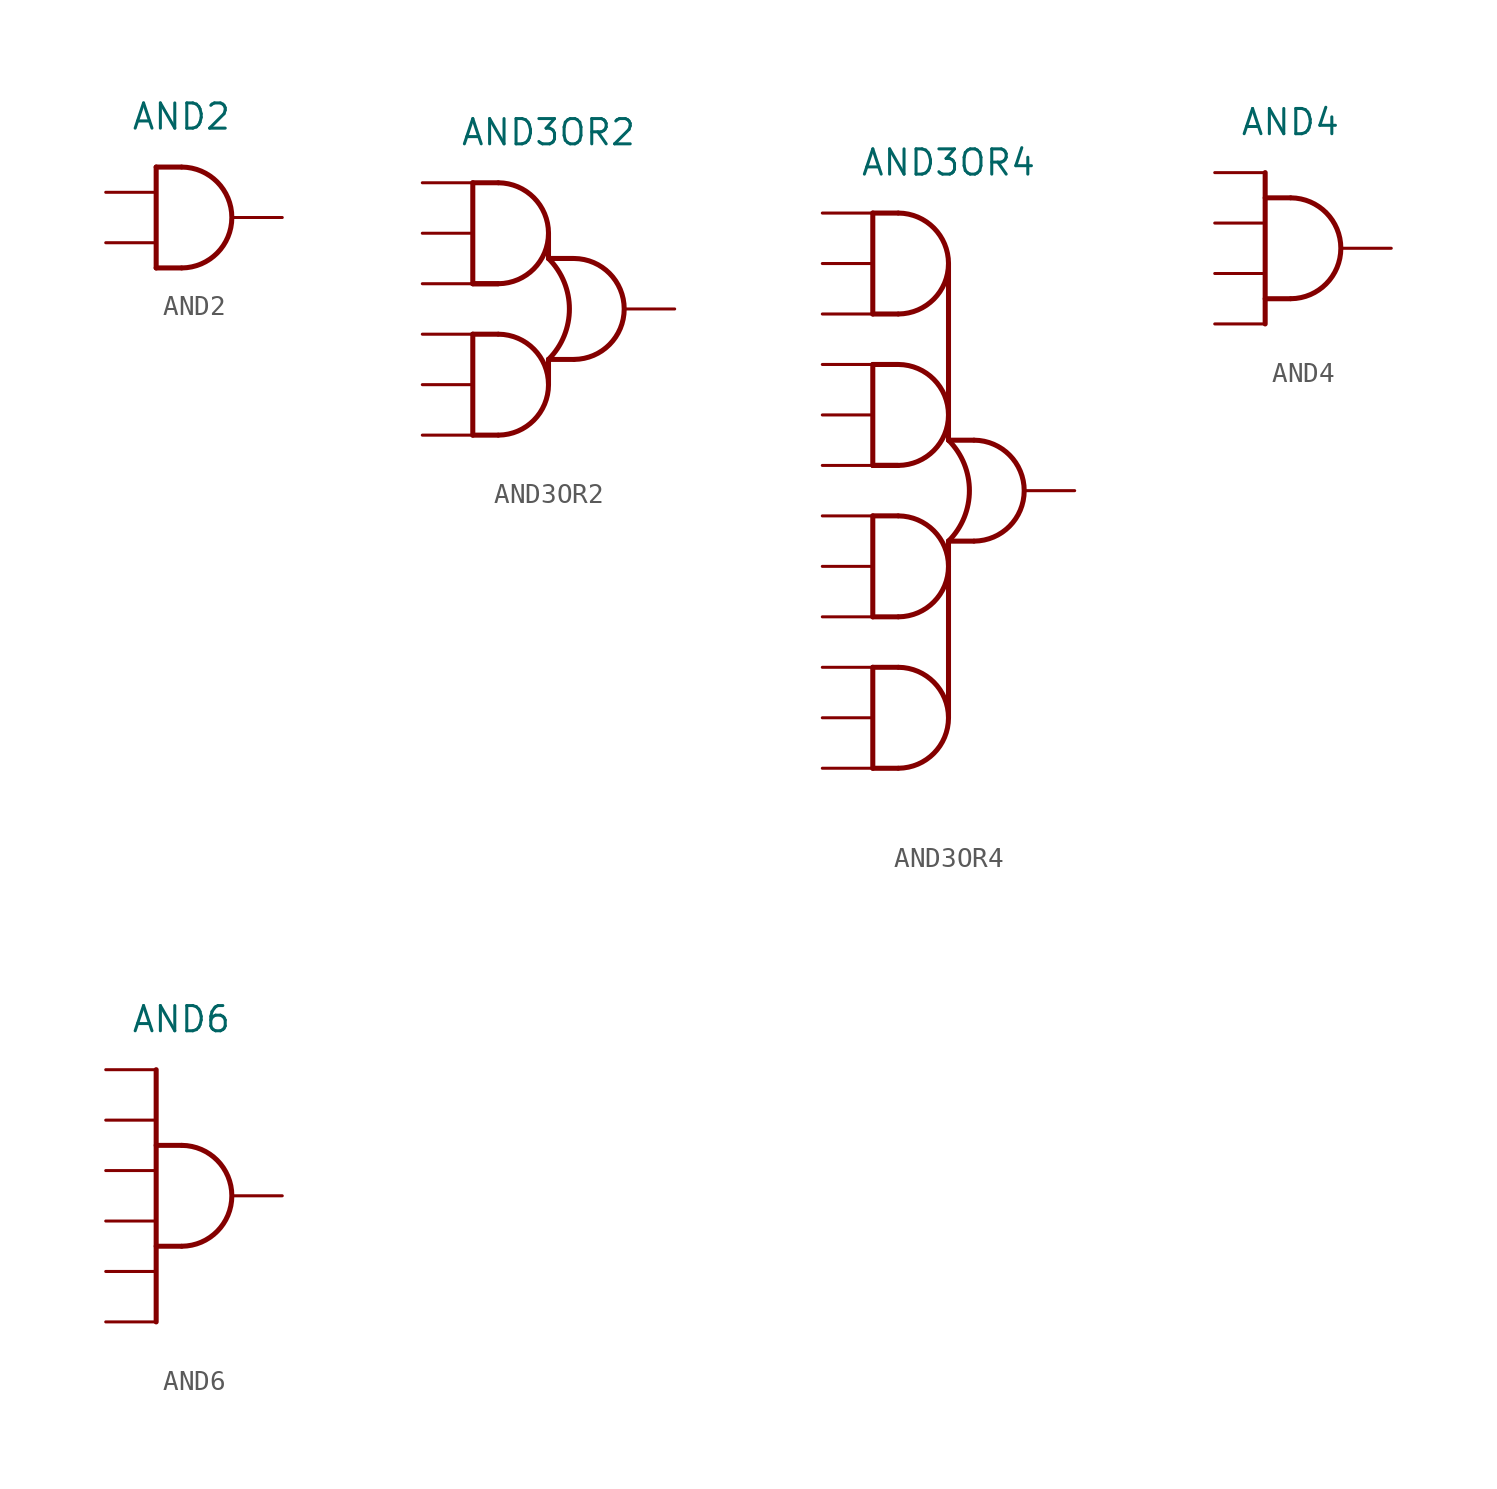
<source format=kicad_sym>
(kicad_symbol_lib
  (version 20211014)
  (generator kicad_symbol_editor)
  (symbol "AND2"
    (property "Reference" "U"
      (at 0 7.62 0)
      (effects (font (size 1.27 1.27)) hide))
    (property "Value" "AND2"
      (at 0 5.08 0)
      (effects (font (size 1.27 1.27))))
    (symbol "AND2_0_0"
      (polyline (pts (xy -1.27 2.54) (xy -1.27 -2.54)) (stroke (width 0.254) (type default) (color 0 0 0 0)) (fill (type none)))
      (polyline (pts (xy -1.27 2.54) (xy 0 2.54)) (stroke (width 0.254) (type default) (color 0 0 0 0)) (fill (type none)))
      (polyline (pts (xy 0 -2.54) (xy -1.27 -2.54)) (stroke (width 0.254) (type default) (color 0 0 0 0)) (fill (type none)))
      (arc (start 0.0225 -2.54) (mid 2.5401 0) (end 0.0225 2.54) (stroke (width 0.254) (type default) (color 0 0 0 0)) (fill (type none))))
    (symbol "AND2_1_1"
      (pin input line (at -3.81 -1.27 0) (length 2.54) (name "" (effects (font (size 1.27 1.27)))) (number "" (effects (font (size 1.27 1.27)))))
      (pin input line (at -3.81 1.27 0) (length 2.54) (name "" (effects (font (size 1.27 1.27)))) (number "" (effects (font (size 1.27 1.27)))))
      (pin output line (at 5.08 0 180) (length 2.54) (name "" (effects (font (size 1.27 1.27)))) (number "" (effects (font (size 1.27 1.27)))))))
  (symbol "AND3OR2"
    (property "Reference" "U"
      (at 0 11.43 0)
      (effects (font (size 1.27 1.27)) hide))
    (property "Value" "AND3OR2"
      (at 0 8.89 0)
      (effects (font (size 1.27 1.27))))
    (symbol "AND3OR2_0_0"
      (arc (start -2.5175 -6.35) (mid 0.0001 -3.81) (end -2.5175 -1.27) (stroke (width 0.254) (type default) (color 0 0 0 0)) (fill (type none)))
      (arc (start -2.5175 1.27) (mid 0.0001 3.81) (end -2.5175 6.35) (stroke (width 0.254) (type default) (color 0 0 0 0)) (fill (type none)))
      (arc (start 0 -2.54) (mid 1.0521 0) (end 0 2.54) (stroke (width 0.254) (type default) (color 0 0 0 0)) (fill (type none)))
      (polyline (pts (xy -3.81 -1.27) (xy -3.81 -6.35)) (stroke (width 0.254) (type default) (color 0 0 0 0)) (fill (type none)))
      (polyline (pts (xy -3.81 1.27) (xy -2.54 1.27)) (stroke (width 0.254) (type default) (color 0 0 0 0)) (fill (type none)))
      (polyline (pts (xy -3.81 6.35) (xy -3.81 1.27)) (stroke (width 0.254) (type default) (color 0 0 0 0)) (fill (type none)))
      (polyline (pts (xy -3.81 6.35) (xy -2.54 6.35)) (stroke (width 0.254) (type default) (color 0 0 0 0)) (fill (type none)))
      (polyline (pts (xy -2.54 -6.35) (xy -3.81 -6.35)) (stroke (width 0.254) (type default) (color 0 0 0 0)) (fill (type none)))
      (polyline (pts (xy -2.54 -1.27) (xy -3.81 -1.27)) (stroke (width 0.254) (type default) (color 0 0 0 0)) (fill (type none)))
      (polyline (pts (xy -2.54 1.27) (xy -3.81 1.27)) (stroke (width 0.254) (type default) (color 0 0 0 0)) (fill (type none)))
      (polyline (pts (xy 0 -2.54) (xy 0 -3.81)) (stroke (width 0.254) (type default) (color 0 0 0 0)) (fill (type none)))
      (polyline (pts (xy 0 2.54) (xy 1.27 2.54)) (stroke (width 0.254) (type default) (color 0 0 0 0)) (fill (type none)))
      (polyline (pts (xy 0 3.81) (xy 0 2.54)) (stroke (width 0.254) (type default) (color 0 0 0 0)) (fill (type none)))
      (polyline (pts (xy 1.27 -2.54) (xy 0 -2.54)) (stroke (width 0.254) (type default) (color 0 0 0 0)) (fill (type none)))
      (arc (start 1.2925 -2.54) (mid 3.8101 0) (end 1.2925 2.54) (stroke (width 0.254) (type default) (color 0 0 0 0)) (fill (type none))))
    (symbol "AND3OR2_1_1"
      (pin input line (at -6.35 -6.35 0) (length 2.54) (name "" (effects (font (size 1.27 1.27)))) (number "" (effects (font (size 1.27 1.27)))))
      (pin input line (at -6.35 -3.81 0) (length 2.54) (name "" (effects (font (size 1.27 1.27)))) (number "" (effects (font (size 1.27 1.27)))))
      (pin input line (at -6.35 -1.27 0) (length 2.54) (name "" (effects (font (size 1.27 1.27)))) (number "" (effects (font (size 1.27 1.27)))))
      (pin input line (at -6.35 1.27 0) (length 2.54) (name "" (effects (font (size 1.27 1.27)))) (number "" (effects (font (size 1.27 1.27)))))
      (pin input line (at -6.35 3.81 0) (length 2.54) (name "" (effects (font (size 1.27 1.27)))) (number "" (effects (font (size 1.27 1.27)))))
      (pin input line (at -6.35 6.35 0) (length 2.54) (name "" (effects (font (size 1.27 1.27)))) (number "" (effects (font (size 1.27 1.27)))))
      (pin output line (at 6.35 0 180) (length 2.54) (name "" (effects (font (size 1.27 1.27)))) (number "" (effects (font (size 1.27 1.27)))))))
  (symbol "AND3OR4"
    (property "Reference" "U"
      (at 0 19.05 0)
      (effects (font (size 1.27 1.27)) hide))
    (property "Value" "AND3OR4"
      (at 0 16.51 0)
      (effects (font (size 1.27 1.27))))
    (symbol "AND3OR4_0_0"
      (arc (start -2.5175 -13.97) (mid 0.0001 -11.43) (end -2.5175 -8.89) (stroke (width 0.254) (type default) (color 0 0 0 0)) (fill (type none)))
      (arc (start -2.5175 -6.35) (mid 0.0001 -3.81) (end -2.5175 -1.27) (stroke (width 0.254) (type default) (color 0 0 0 0)) (fill (type none)))
      (arc (start -2.5175 1.27) (mid 0.0001 3.81) (end -2.5175 6.35) (stroke (width 0.254) (type default) (color 0 0 0 0)) (fill (type none)))
      (arc (start -2.5175 8.89) (mid 0.0001 11.43) (end -2.5175 13.97) (stroke (width 0.254) (type default) (color 0 0 0 0)) (fill (type none)))
      (arc (start 0 -2.54) (mid 1.0521 0) (end 0 2.54) (stroke (width 0.254) (type default) (color 0 0 0 0)) (fill (type none)))
      (polyline (pts (xy -3.81 -8.89) (xy -3.81 -13.97)) (stroke (width 0.254) (type default) (color 0 0 0 0)) (fill (type none)))
      (polyline (pts (xy -3.81 -1.27) (xy -3.81 -6.35)) (stroke (width 0.254) (type default) (color 0 0 0 0)) (fill (type none)))
      (polyline (pts (xy -3.81 1.27) (xy -2.54 1.27)) (stroke (width 0.254) (type default) (color 0 0 0 0)) (fill (type none)))
      (polyline (pts (xy -3.81 6.35) (xy -3.81 1.27)) (stroke (width 0.254) (type default) (color 0 0 0 0)) (fill (type none)))
      (polyline (pts (xy -3.81 6.35) (xy -2.54 6.35)) (stroke (width 0.254) (type default) (color 0 0 0 0)) (fill (type none)))
      (polyline (pts (xy -3.81 13.97) (xy -3.81 8.89)) (stroke (width 0.254) (type default) (color 0 0 0 0)) (fill (type none)))
      (polyline (pts (xy -2.54 -13.97) (xy -3.81 -13.97)) (stroke (width 0.254) (type default) (color 0 0 0 0)) (fill (type none)))
      (polyline (pts (xy -2.54 -8.89) (xy -3.81 -8.89)) (stroke (width 0.254) (type default) (color 0 0 0 0)) (fill (type none)))
      (polyline (pts (xy -2.54 -6.35) (xy -3.81 -6.35)) (stroke (width 0.254) (type default) (color 0 0 0 0)) (fill (type none)))
      (polyline (pts (xy -2.54 -1.27) (xy -3.81 -1.27)) (stroke (width 0.254) (type default) (color 0 0 0 0)) (fill (type none)))
      (polyline (pts (xy -2.54 1.27) (xy -3.81 1.27)) (stroke (width 0.254) (type default) (color 0 0 0 0)) (fill (type none)))
      (polyline (pts (xy -2.54 8.89) (xy -3.81 8.89)) (stroke (width 0.254) (type default) (color 0 0 0 0)) (fill (type none)))
      (polyline (pts (xy -2.54 13.97) (xy -3.81 13.97)) (stroke (width 0.254) (type default) (color 0 0 0 0)) (fill (type none)))
      (polyline (pts (xy 0 -2.54) (xy 0 -11.43)) (stroke (width 0.254) (type default) (color 0 0 0 0)) (fill (type none)))
      (polyline (pts (xy 0 2.54) (xy 1.27 2.54)) (stroke (width 0.254) (type default) (color 0 0 0 0)) (fill (type none)))
      (polyline (pts (xy 0 11.43) (xy 0 2.54)) (stroke (width 0.254) (type default) (color 0 0 0 0)) (fill (type none)))
      (polyline (pts (xy 1.27 -2.54) (xy 0 -2.54)) (stroke (width 0.254) (type default) (color 0 0 0 0)) (fill (type none)))
      (arc (start 1.2925 -2.54) (mid 3.8101 0) (end 1.2925 2.54) (stroke (width 0.254) (type default) (color 0 0 0 0)) (fill (type none))))
    (symbol "AND3OR4_1_1"
      (pin input line (at -6.35 -13.97 0) (length 2.54) (name "" (effects (font (size 1.27 1.27)))) (number "" (effects (font (size 1.27 1.27)))))
      (pin input line (at -6.35 -11.43 0) (length 2.54) (name "" (effects (font (size 1.27 1.27)))) (number "" (effects (font (size 1.27 1.27)))))
      (pin input line (at -6.35 -8.89 0) (length 2.54) (name "" (effects (font (size 1.27 1.27)))) (number "" (effects (font (size 1.27 1.27)))))
      (pin input line (at -6.35 -6.35 0) (length 2.54) (name "" (effects (font (size 1.27 1.27)))) (number "" (effects (font (size 1.27 1.27)))))
      (pin input line (at -6.35 -3.81 0) (length 2.54) (name "" (effects (font (size 1.27 1.27)))) (number "" (effects (font (size 1.27 1.27)))))
      (pin input line (at -6.35 -1.27 0) (length 2.54) (name "" (effects (font (size 1.27 1.27)))) (number "" (effects (font (size 1.27 1.27)))))
      (pin input line (at -6.35 1.27 0) (length 2.54) (name "" (effects (font (size 1.27 1.27)))) (number "" (effects (font (size 1.27 1.27)))))
      (pin input line (at -6.35 3.81 0) (length 2.54) (name "" (effects (font (size 1.27 1.27)))) (number "" (effects (font (size 1.27 1.27)))))
      (pin input line (at -6.35 6.35 0) (length 2.54) (name "" (effects (font (size 1.27 1.27)))) (number "" (effects (font (size 1.27 1.27)))))
      (pin input line (at -6.35 8.89 0) (length 2.54) (name "" (effects (font (size 1.27 1.27)))) (number "" (effects (font (size 1.27 1.27)))))
      (pin input line (at -6.35 11.43 0) (length 2.54) (name "" (effects (font (size 1.27 1.27)))) (number "" (effects (font (size 1.27 1.27)))))
      (pin input line (at -6.35 13.97 0) (length 2.54) (name "" (effects (font (size 1.27 1.27)))) (number "" (effects (font (size 1.27 1.27)))))
      (pin output line (at 6.35 0 180) (length 2.54) (name "" (effects (font (size 1.27 1.27)))) (number "" (effects (font (size 1.27 1.27)))))))
  (symbol "AND4"
    (property "Reference" "U"
      (at 0 8.89 0)
      (effects (font (size 1.27 1.27)) hide))
    (property "Value" "AND4"
      (at 0 6.35 0)
      (effects (font (size 1.27 1.27))))
    (symbol "AND4_0_0"
      (polyline (pts (xy -1.27 2.54) (xy 0 2.54)) (stroke (width 0.254) (type default) (color 0 0 0 0)) (fill (type none)))
      (polyline (pts (xy -1.27 3.81) (xy -1.27 -3.81)) (stroke (width 0.254) (type default) (color 0 0 0 0)) (fill (type none)))
      (polyline (pts (xy 0 -2.54) (xy -1.27 -2.54)) (stroke (width 0.254) (type default) (color 0 0 0 0)) (fill (type none)))
      (arc (start 0.0225 -2.54) (mid 2.5401 0) (end 0.0225 2.54) (stroke (width 0.254) (type default) (color 0 0 0 0)) (fill (type none))))
    (symbol "AND4_1_1"
      (pin input line (at -3.81 -3.81 0) (length 2.54) (name "" (effects (font (size 1.27 1.27)))) (number "" (effects (font (size 1.27 1.27)))))
      (pin input line (at -3.81 -1.27 0) (length 2.54) (name "" (effects (font (size 1.27 1.27)))) (number "" (effects (font (size 1.27 1.27)))))
      (pin input line (at -3.81 1.27 0) (length 2.54) (name "" (effects (font (size 1.27 1.27)))) (number "" (effects (font (size 1.27 1.27)))))
      (pin input line (at -3.81 3.81 0) (length 2.54) (name "" (effects (font (size 1.27 1.27)))) (number "" (effects (font (size 1.27 1.27)))))
      (pin output line (at 5.08 0 180) (length 2.54) (name "" (effects (font (size 1.27 1.27)))) (number "" (effects (font (size 1.27 1.27)))))))
  (symbol "AND6"
    (property "Reference" "U"
      (at 0 11.43 0)
      (effects (font (size 1.27 1.27)) hide))
    (property "Value" "AND6"
      (at 0 8.89 0)
      (effects (font (size 1.27 1.27))))
    (symbol "AND6_0_0"
      (polyline (pts (xy -1.27 2.54) (xy 0 2.54)) (stroke (width 0.254) (type default) (color 0 0 0 0)) (fill (type none)))
      (polyline (pts (xy -1.27 6.35) (xy -1.27 -6.35)) (stroke (width 0.254) (type default) (color 0 0 0 0)) (fill (type none)))
      (polyline (pts (xy 0 -2.54) (xy -1.27 -2.54)) (stroke (width 0.254) (type default) (color 0 0 0 0)) (fill (type none)))
      (arc (start 0.0225 -2.54) (mid 2.5401 0) (end 0.0225 2.54) (stroke (width 0.254) (type default) (color 0 0 0 0)) (fill (type none))))
    (symbol "AND6_1_1"
      (pin input line (at -3.81 -6.35 0) (length 2.54) (name "" (effects (font (size 1.27 1.27)))) (number "" (effects (font (size 1.27 1.27)))))
      (pin input line (at -3.81 -3.81 0) (length 2.54) (name "" (effects (font (size 1.27 1.27)))) (number "" (effects (font (size 1.27 1.27)))))
      (pin input line (at -3.81 -1.27 0) (length 2.54) (name "" (effects (font (size 1.27 1.27)))) (number "" (effects (font (size 1.27 1.27)))))
      (pin input line (at -3.81 1.27 0) (length 2.54) (name "" (effects (font (size 1.27 1.27)))) (number "" (effects (font (size 1.27 1.27)))))
      (pin input line (at -3.81 3.81 0) (length 2.54) (name "" (effects (font (size 1.27 1.27)))) (number "" (effects (font (size 1.27 1.27)))))
      (pin input line (at -3.81 6.35 0) (length 2.54) (name "" (effects (font (size 1.27 1.27)))) (number "" (effects (font (size 1.27 1.27)))))
      (pin output line (at 5.08 0 180) (length 2.54) (name "" (effects (font (size 1.27 1.27)))) (number "" (effects (font (size 1.27 1.27))))))))
</source>
